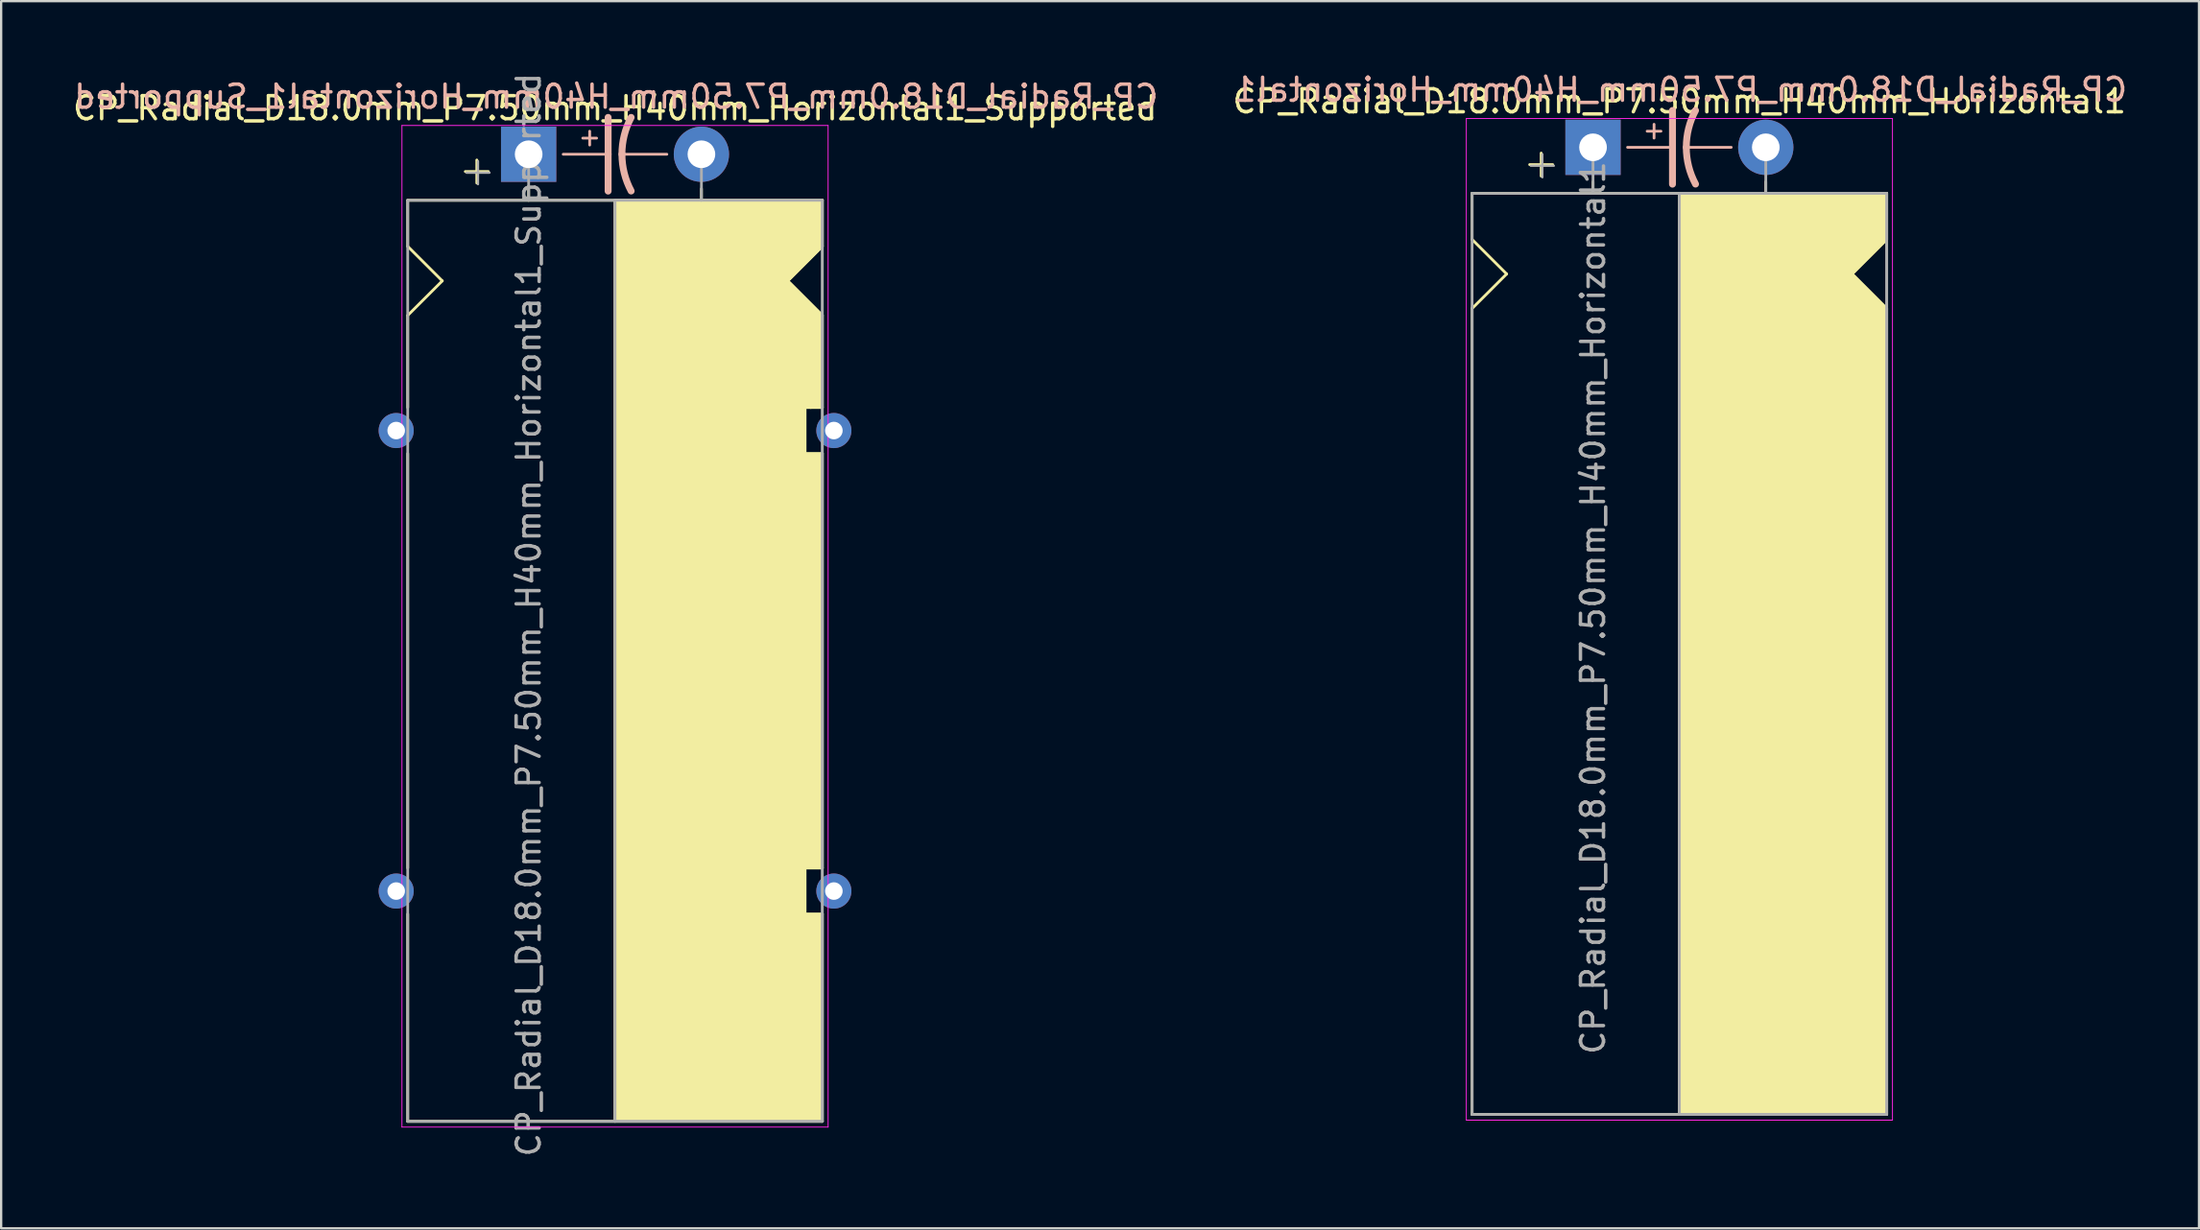
<source format=kicad_pcb>
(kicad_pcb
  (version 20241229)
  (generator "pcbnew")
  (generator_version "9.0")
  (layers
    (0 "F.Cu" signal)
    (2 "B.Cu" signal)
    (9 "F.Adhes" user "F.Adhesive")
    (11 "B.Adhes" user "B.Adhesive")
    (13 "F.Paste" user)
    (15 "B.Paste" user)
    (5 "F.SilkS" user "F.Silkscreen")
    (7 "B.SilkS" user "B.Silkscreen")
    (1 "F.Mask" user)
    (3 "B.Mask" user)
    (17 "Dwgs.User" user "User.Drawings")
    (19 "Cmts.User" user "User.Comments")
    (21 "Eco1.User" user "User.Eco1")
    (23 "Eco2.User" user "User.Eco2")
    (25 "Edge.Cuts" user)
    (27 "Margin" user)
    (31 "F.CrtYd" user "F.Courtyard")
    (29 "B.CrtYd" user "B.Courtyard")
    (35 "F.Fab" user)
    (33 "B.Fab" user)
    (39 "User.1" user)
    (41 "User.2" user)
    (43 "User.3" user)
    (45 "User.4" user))
  (footprint "CP_Radial_D18.0mm_P7.50mm_H40mm_Horizontal1_Supported"
    (layer "F.Cu")
    (at 19.899 3.649)
    (property "Reference" "CP_Radial_D18.0mm_P7.50mm_H40mm_Horizontal1_Supported" (at 3.75 -2 0) (layer "F.SilkS") (effects (font (size 1 1) (thickness 0.15))))
    (fp_line (start -5.25 2) (end -5.25 4) (stroke (width 0.12) (type solid)) (layer "F.SilkS"))
    (fp_line (start -5.25 2) (end 12.75 2) (stroke (width 0.12) (type solid)) (layer "F.SilkS"))
    (fp_line (start -5.25 4) (end -3.75 5.5) (stroke (width 0.12) (type solid)) (layer "F.SilkS"))
    (fp_line (start -5.25 7) (end -3.75 5.5) (stroke (width 0.12) (type solid)) (layer "F.SilkS"))
    (fp_line (start -5.25 11) (end -5.25 7) (stroke (width 0.12) (type solid)) (layer "F.SilkS"))
    (fp_line (start -5.25 13) (end -5.25 31) (stroke (width 0.12) (type solid)) (layer "F.SilkS"))
    (fp_line (start -5.25 33) (end -5.25 42) (stroke (width 0.12) (type solid)) (layer "F.SilkS"))
    (fp_line (start -5.25 42) (end 12.75 42) (stroke (width 0.12) (type solid)) (layer "F.SilkS"))
    (fp_line (start -2.25 0.25) (end -2.25 1.25) (stroke (width 0.12) (type solid)) (layer "F.SilkS"))
    (fp_line (start -1.75 0.75) (end -2.75 0.75) (stroke (width 0.12) (type solid)) (layer "F.SilkS"))
    (fp_line (start 0 1.5) (end 0 2) (stroke (width 0.12) (type solid)) (layer "F.SilkS"))
    (fp_line (start 3.75 2) (end 3.75 42) (stroke (width 0.12) (type solid)) (layer "F.SilkS"))
    (fp_line (start 7.5 1.5) (end 7.5 2) (stroke (width 0.12) (type solid)) (layer "F.SilkS"))
    (fp_line (start 12 11) (end 12 13) (stroke (width 0.12) (type solid)) (layer "F.SilkS"))
    (fp_line (start 12 13) (end 12.75 13) (stroke (width 0.12) (type solid)) (layer "F.SilkS"))
    (fp_line (start 12 31) (end 12 33) (stroke (width 0.12) (type solid)) (layer "F.SilkS"))
    (fp_line (start 12 33) (end 12.75 33) (stroke (width 0.12) (type solid)) (layer "F.SilkS"))
    (fp_line (start 12.25 11) (end 12 11) (stroke (width 0.12) (type solid)) (layer "F.SilkS"))
    (fp_line (start 12.75 2) (end 12.75 4) (stroke (width 0.12) (type solid)) (layer "F.SilkS"))
    (fp_line (start 12.75 4) (end 11.25 5.5) (stroke (width 0.12) (type solid)) (layer "F.SilkS"))
    (fp_line (start 12.75 7) (end 11.25 5.5) (stroke (width 0.12) (type solid)) (layer "F.SilkS"))
    (fp_line (start 12.75 11) (end 12.25 11) (stroke (width 0.12) (type solid)) (layer "F.SilkS"))
    (fp_line (start 12.75 11) (end 12.75 7) (stroke (width 0.12) (type solid)) (layer "F.SilkS"))
    (fp_line (start 12.75 13) (end 12.75 31) (stroke (width 0.12) (type solid)) (layer "F.SilkS"))
    (fp_line (start 12.75 31) (end 12 31) (stroke (width 0.12) (type solid)) (layer "F.SilkS"))
    (fp_line (start 12.75 33) (end 12.75 42) (stroke (width 0.12) (type solid)) (layer "F.SilkS"))
    (fp_poly (pts (xy 12.75 4) (xy 11.25 5.5) (xy 12.75 7) (xy 12.75 11) (xy 12 11) (xy 12 13) (xy 12.75 13) (xy 12.75 31) (xy 12 31) (xy 12 33) (xy 12.75 33) (xy 12.75 42) (xy 3.75 42) (xy 3.75 2) (xy 12.75 2)) (stroke (width 0.1) (type solid)) (fill yes) (layer "F.SilkS"))
    (fp_line (start 1.5 0) (end 3.45 0) (stroke (width 0.12) (type solid)) (layer "B.SilkS"))
    (fp_line (start 2.35 -0.7) (end 2.95 -0.7) (stroke (width 0.12) (type solid)) (layer "B.SilkS"))
    (fp_line (start 2.65 -0.4) (end 2.65 -1) (stroke (width 0.12) (type solid)) (layer "B.SilkS"))
    (fp_line (start 3.45 0) (end 3.45 -1.6) (stroke (width 0.3) (type solid)) (layer "B.SilkS"))
    (fp_line (start 3.45 0) (end 3.45 1.6) (stroke (width 0.3) (type solid)) (layer "B.SilkS"))
    (fp_line (start 6 0) (end 4.05 0) (stroke (width 0.12) (type solid)) (layer "B.SilkS"))
    (fp_arc (start 4.05 0) (mid 4.150512 -0.824872) (end 4.45 -1.6) (stroke (width 0.3) (type solid)) (layer "B.SilkS"))
    (fp_arc (start 4.45 1.596157) (mid 4.151652 0.822725) (end 4.05 0) (stroke (width 0.3) (type solid)) (layer "B.SilkS"))
    (fp_line (start -5.5 -1.25) (end -5.5 42.25) (stroke (width 0.04) (type solid)) (layer "F.CrtYd"))
    (fp_line (start -5.5 42.25) (end 13 42.25) (stroke (width 0.04) (type solid)) (layer "F.CrtYd"))
    (fp_line (start 13 -1.25) (end -5.5 -1.25) (stroke (width 0.04) (type solid)) (layer "F.CrtYd"))
    (fp_line (start 13 42.25) (end 13 -1.25) (stroke (width 0.04) (type solid)) (layer "F.CrtYd"))
    (fp_line (start -5.25 2) (end -5.25 42) (stroke (width 0.12) (type solid)) (layer "F.Fab"))
    (fp_line (start -5.25 42) (end 12.75 42) (stroke (width 0.12) (type solid)) (layer "F.Fab"))
    (fp_line (start -2.7 0.8) (end -1.7 0.8) (stroke (width 0.1) (type solid)) (layer "F.Fab"))
    (fp_line (start -2.2 1.3) (end -2.2 0.3) (stroke (width 0.1) (type solid)) (layer "F.Fab"))
    (fp_line (start 0 0) (end 0 2) (stroke (width 0.12) (type solid)) (layer "F.Fab"))
    (fp_line (start 3.75 2) (end 3.75 42) (stroke (width 0.12) (type solid)) (layer "F.Fab"))
    (fp_line (start 7.5 0) (end 7.5 2) (stroke (width 0.12) (type solid)) (layer "F.Fab"))
    (fp_line (start 12.75 2) (end -5.25 2) (stroke (width 0.12) (type solid)) (layer "F.Fab"))
    (fp_line (start 12.75 42) (end 12.75 2) (stroke (width 0.12) (type solid)) (layer "F.Fab"))
    (fp_poly (pts (xy 12.75 42) (xy 3.75 42) (xy 3.75 2) (xy 12.75 2)) (stroke (width 0.1) (type solid)) (fill no) (layer "F.Fab"))
    (fp_text user "${REFERENCE}" (at 3.8 -2.5 0) (layer "B.SilkS") (effects (font (size 1 1) (thickness 0.15)) (justify mirror)))
    (fp_text user "${REFERENCE}" (at 0 20 90) (layer "F.Fab") (effects (font (size 1 1) (thickness 0.15))))
    (pad "1" thru_hole rect (at 0 0) (size 2.4 2.4) (drill 1.2) (layers "*.Cu" "*.Mask"))
    (pad "2" thru_hole circle (at 7.5 0) (size 2.4 2.4) (drill 1.2) (layers "*.Cu" "*.Mask"))
    (pad "~" thru_hole circle (at -5.75 12) (size 1.524 1.524) (drill 0.762) (layers "*.Cu" "*.Mask"))
    (pad "~" thru_hole circle (at -5.75 32) (size 1.524 1.524) (drill 0.762) (layers "*.Cu" "*.Mask"))
    (pad "~" thru_hole circle (at 13.25 12) (size 1.524 1.524) (drill 0.762) (layers "*.Cu" "*.Mask"))
    (pad "~" thru_hole circle (at 13.25 32) (size 1.524 1.524) (drill 0.762) (layers "*.Cu" "*.Mask")))
  (footprint "CP_Radial_D18.0mm_P7.50mm_H40mm_Horizontal1"
    (layer "F.Cu")
    (at 66.104 3.348)
    (property "Reference" "CP_Radial_D18.0mm_P7.50mm_H40mm_Horizontal1" (at 3.75 -2 0) (layer "F.SilkS") (effects (font (size 1 1) (thickness 0.15))))
    (fp_line (start -5.25 2) (end -5.25 4) (stroke (width 0.12) (type solid)) (layer "F.SilkS"))
    (fp_line (start -5.25 2) (end 12.75 2) (stroke (width 0.12) (type solid)) (layer "F.SilkS"))
    (fp_line (start -5.25 4) (end -3.75 5.5) (stroke (width 0.12) (type solid)) (layer "F.SilkS"))
    (fp_line (start -5.25 7) (end -5.25 42) (stroke (width 0.12) (type solid)) (layer "F.SilkS"))
    (fp_line (start -5.25 7) (end -3.75 5.5) (stroke (width 0.12) (type solid)) (layer "F.SilkS"))
    (fp_line (start -5.25 42) (end 12.75 42) (stroke (width 0.12) (type solid)) (layer "F.SilkS"))
    (fp_line (start -2.25 0.25) (end -2.25 1.25) (stroke (width 0.12) (type solid)) (layer "F.SilkS"))
    (fp_line (start -1.75 0.75) (end -2.75 0.75) (stroke (width 0.12) (type solid)) (layer "F.SilkS"))
    (fp_line (start 0 1.5) (end 0 2) (stroke (width 0.12) (type solid)) (layer "F.SilkS"))
    (fp_line (start 3.75 2) (end 3.75 42) (stroke (width 0.12) (type solid)) (layer "F.SilkS"))
    (fp_line (start 7.5 1.5) (end 7.5 2) (stroke (width 0.12) (type solid)) (layer "F.SilkS"))
    (fp_line (start 12.75 2) (end 12.75 4) (stroke (width 0.12) (type solid)) (layer "F.SilkS"))
    (fp_line (start 12.75 4) (end 11.25 5.5) (stroke (width 0.12) (type solid)) (layer "F.SilkS"))
    (fp_line (start 12.75 7) (end 11.25 5.5) (stroke (width 0.12) (type solid)) (layer "F.SilkS"))
    (fp_line (start 12.75 42) (end 12.75 7) (stroke (width 0.12) (type solid)) (layer "F.SilkS"))
    (fp_poly (pts (xy 12.75 4) (xy 11.25 5.5) (xy 12.75 7) (xy 12.75 42) (xy 3.75 42) (xy 3.75 2) (xy 12.75 2)) (stroke (width 0.1) (type solid)) (fill yes) (layer "F.SilkS"))
    (fp_line (start 1.5 0) (end 3.45 0) (stroke (width 0.12) (type solid)) (layer "B.SilkS"))
    (fp_line (start 2.35 -0.7) (end 2.95 -0.7) (stroke (width 0.12) (type solid)) (layer "B.SilkS"))
    (fp_line (start 2.65 -0.4) (end 2.65 -1) (stroke (width 0.12) (type solid)) (layer "B.SilkS"))
    (fp_line (start 3.45 0) (end 3.45 -1.6) (stroke (width 0.3) (type solid)) (layer "B.SilkS"))
    (fp_line (start 3.45 0) (end 3.45 1.6) (stroke (width 0.3) (type solid)) (layer "B.SilkS"))
    (fp_line (start 6 0) (end 4.05 0) (stroke (width 0.12) (type solid)) (layer "B.SilkS"))
    (fp_arc (start 4.05 0) (mid 4.150512 -0.824872) (end 4.45 -1.6) (stroke (width 0.3) (type solid)) (layer "B.SilkS"))
    (fp_arc (start 4.45 1.596157) (mid 4.151652 0.822725) (end 4.05 0) (stroke (width 0.3) (type solid)) (layer "B.SilkS"))
    (fp_line (start -5.5 -1.25) (end -5.5 42.25) (stroke (width 0.04) (type solid)) (layer "F.CrtYd"))
    (fp_line (start -5.5 42.25) (end 13 42.25) (stroke (width 0.04) (type solid)) (layer "F.CrtYd"))
    (fp_line (start 13 -1.25) (end -5.5 -1.25) (stroke (width 0.04) (type solid)) (layer "F.CrtYd"))
    (fp_line (start 13 42.25) (end 13 -1.25) (stroke (width 0.04) (type solid)) (layer "F.CrtYd"))
    (fp_line (start -5.25 2) (end -5.25 42) (stroke (width 0.12) (type solid)) (layer "F.Fab"))
    (fp_line (start -5.25 42) (end 12.75 42) (stroke (width 0.12) (type solid)) (layer "F.Fab"))
    (fp_line (start -2.7 0.8) (end -1.7 0.8) (stroke (width 0.1) (type solid)) (layer "F.Fab"))
    (fp_line (start -2.2 1.3) (end -2.2 0.3) (stroke (width 0.1) (type solid)) (layer "F.Fab"))
    (fp_line (start 0 0) (end 0 2) (stroke (width 0.12) (type solid)) (layer "F.Fab"))
    (fp_line (start 3.75 2) (end 3.75 42) (stroke (width 0.12) (type solid)) (layer "F.Fab"))
    (fp_line (start 7.5 0) (end 7.5 2) (stroke (width 0.12) (type solid)) (layer "F.Fab"))
    (fp_line (start 12.75 2) (end -5.25 2) (stroke (width 0.12) (type solid)) (layer "F.Fab"))
    (fp_line (start 12.75 42) (end 12.75 2) (stroke (width 0.12) (type solid)) (layer "F.Fab"))
    (fp_poly (pts (xy 12.75 42) (xy 3.75 42) (xy 3.75 2) (xy 12.75 2)) (stroke (width 0.1) (type solid)) (fill no) (layer "F.Fab"))
    (fp_text user "${REFERENCE}" (at 3.8 -2.5 0) (layer "B.SilkS") (effects (font (size 1 1) (thickness 0.15)) (justify mirror)))
    (fp_text user "${REFERENCE}" (at 0 20 90) (layer "F.Fab") (effects (font (size 1 1) (thickness 0.15))))
    (pad "1" thru_hole rect (at 0 0) (size 2.4 2.4) (drill 1.2) (layers "*.Cu" "*.Mask"))
    (pad "2" thru_hole circle (at 7.5 0) (size 2.4 2.4) (drill 1.2) (layers "*.Cu" "*.Mask")))
  (gr_rect
    (start -3 -3)
    (end 92.41 50.298)
    (stroke (width 0.1) (type default))
    (fill no)
    (layer "Edge.Cuts")))
</source>
